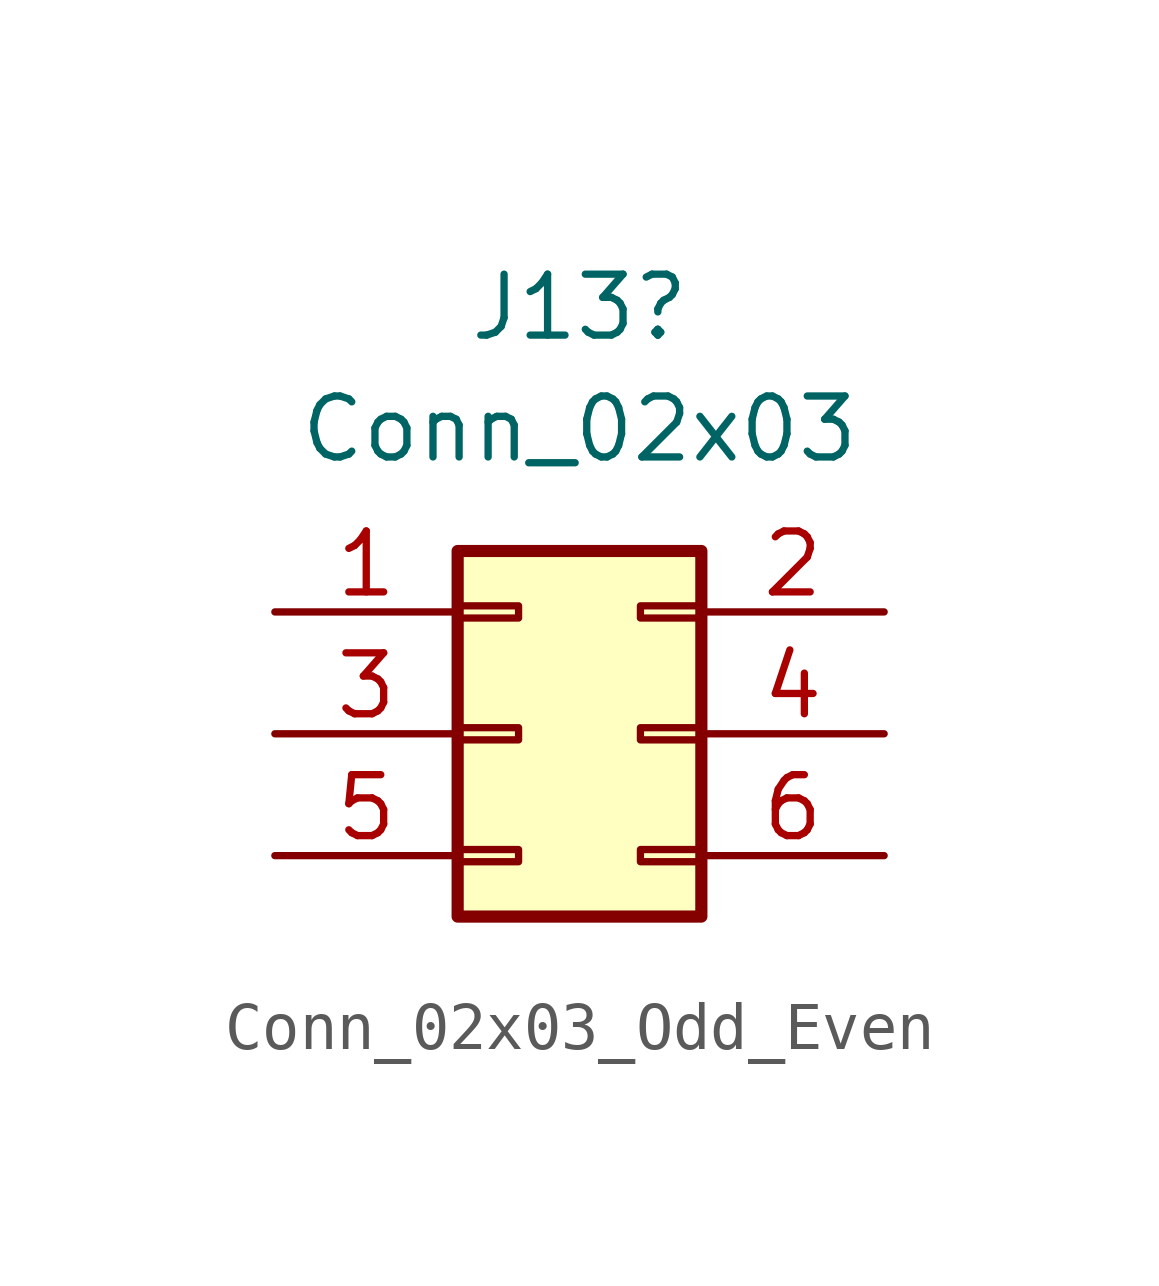
<source format=kicad_sym>
(kicad_symbol_lib
  (version 20241209)
  (generator "kicad_symbol_editor")
  (generator_version "9.0")
  (symbol "Conn_02x03_Odd_Even"
    (pin_names
      (offset 1.016)
      (hide yes))
    (property "Reference" "J13"
      (at 1.27 8.89 0)
      (effects (font (size 1.27 1.27))))
    (property "Value" "Conn_02x03"
      (at 1.27 6.35 0)
      (effects (font (size 1.27 1.27))))
    (symbol "Conn_02x03_Odd_Even_1_1"
      (rectangle (start -1.27 3.81) (end 3.81 -3.81) (stroke (width 0.254) (type default)) (fill (type background)))
      (rectangle (start -1.27 2.667) (end 0 2.413) (stroke (width 0.152) (type default)) (fill (type none)))
      (rectangle (start -1.27 0.127) (end 0 -0.127) (stroke (width 0.152) (type default)) (fill (type none)))
      (rectangle (start -1.27 -2.413) (end 0 -2.667) (stroke (width 0.152) (type default)) (fill (type none)))
      (rectangle (start 3.81 2.667) (end 2.54 2.413) (stroke (width 0.152) (type default)) (fill (type none)))
      (rectangle (start 3.81 0.127) (end 2.54 -0.127) (stroke (width 0.152) (type default)) (fill (type none)))
      (rectangle (start 3.81 -2.413) (end 2.54 -2.667) (stroke (width 0.152) (type default)) (fill (type none)))
      (pin passive line (at -5.08 2.54 0) (length 3.81) (name "Pin_1" (effects (font (size 1.27 1.27)))) (number "1" (effects (font (size 1.27 1.27)))))
      (pin passive line (at -5.08 0 0) (length 3.81) (name "Pin_3" (effects (font (size 1.27 1.27)))) (number "3" (effects (font (size 1.27 1.27)))))
      (pin passive line (at -5.08 -2.54 0) (length 3.81) (name "Pin_5" (effects (font (size 1.27 1.27)))) (number "5" (effects (font (size 1.27 1.27)))))
      (pin passive line (at 7.62 2.54 180) (length 3.81) (name "Pin_2" (effects (font (size 1.27 1.27)))) (number "2" (effects (font (size 1.27 1.27)))))
      (pin passive line (at 7.62 0 180) (length 3.81) (name "Pin_4" (effects (font (size 1.27 1.27)))) (number "4" (effects (font (size 1.27 1.27)))))
      (pin passive line (at 7.62 -2.54 180) (length 3.81) (name "Pin_6" (effects (font (size 1.27 1.27)))) (number "6" (effects (font (size 1.27 1.27))))))))
</source>
